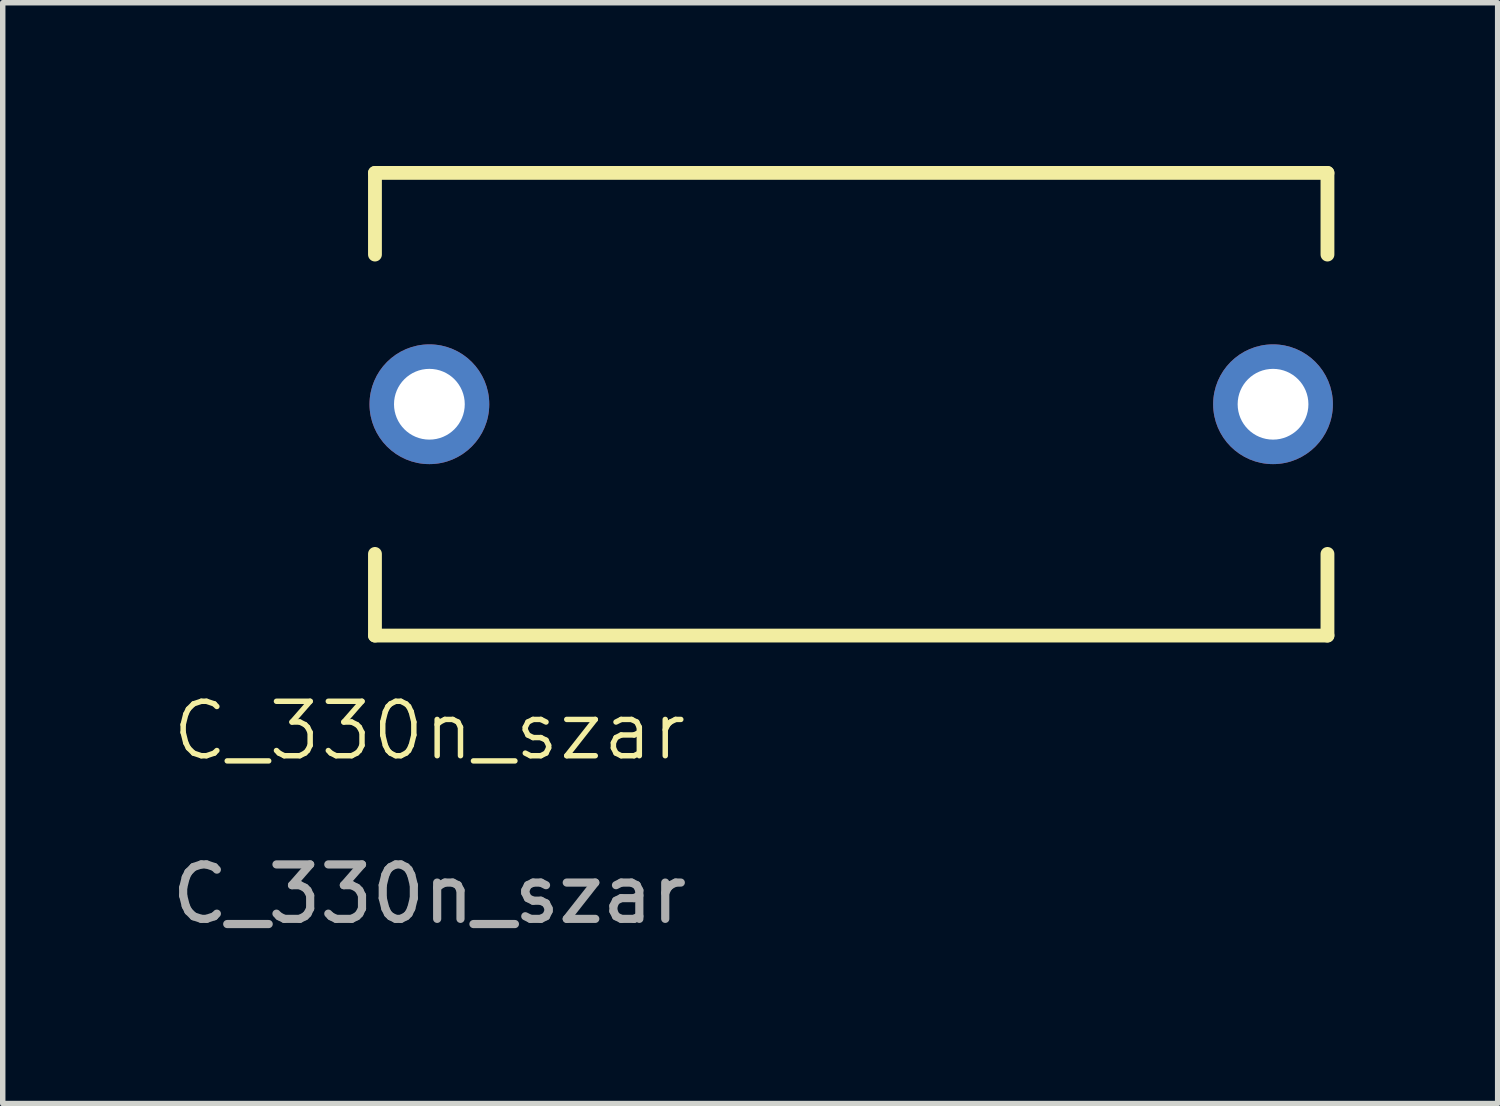
<source format=kicad_pcb>
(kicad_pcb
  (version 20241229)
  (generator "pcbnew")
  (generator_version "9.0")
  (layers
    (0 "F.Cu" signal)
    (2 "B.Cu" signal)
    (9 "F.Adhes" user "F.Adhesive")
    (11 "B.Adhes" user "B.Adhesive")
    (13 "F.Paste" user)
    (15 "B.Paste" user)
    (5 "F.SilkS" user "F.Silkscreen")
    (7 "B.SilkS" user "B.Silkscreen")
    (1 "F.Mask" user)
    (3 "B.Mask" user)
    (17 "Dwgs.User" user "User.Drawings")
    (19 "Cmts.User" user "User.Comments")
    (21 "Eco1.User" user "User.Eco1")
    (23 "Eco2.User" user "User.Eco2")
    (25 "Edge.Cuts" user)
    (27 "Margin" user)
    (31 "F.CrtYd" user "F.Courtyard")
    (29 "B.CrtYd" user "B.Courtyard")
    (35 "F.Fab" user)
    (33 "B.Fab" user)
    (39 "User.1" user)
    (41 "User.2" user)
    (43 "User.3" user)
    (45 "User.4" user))
  (footprint "C_330n_szar"
    (layer "F.Cu")
    (at 4.839 4.377)
    (property "Reference" "C_330n_szar" (at 0 6 0) (unlocked yes) (layer "F.SilkS") (effects (font (size 1 1) (thickness 0.1))))
    (attr through_hole)
    (fp_line (start -1 -4.25) (end -1 -2.75) (stroke (width 0.254) (type default)) (layer "F.SilkS"))
    (fp_line (start -1 -4.25) (end 16.5 -4.25) (stroke (width 0.254) (type default)) (layer "F.SilkS"))
    (fp_line (start -1 2.75) (end -1 4.25) (stroke (width 0.254) (type default)) (layer "F.SilkS"))
    (fp_line (start -1 4.25) (end 16.5 4.25) (stroke (width 0.254) (type default)) (layer "F.SilkS"))
    (fp_line (start 16.5 -4.25) (end 16.5 -2.75) (stroke (width 0.254) (type default)) (layer "F.SilkS"))
    (fp_line (start 16.5 2.75) (end 16.5 4.25) (stroke (width 0.254) (type default)) (layer "F.SilkS"))
    (fp_text user "${REFERENCE}" (at 0 9 0) (unlocked yes) (layer "F.Fab") (effects (font (size 1 1) (thickness 0.15))))
    (pad "1" thru_hole circle (at 0 0) (size 2.2 2.2) (drill 1.3) (layers "*.Cu" "*.Mask"))
    (pad "2" thru_hole circle (at 15.5 0) (size 2.2 2.2) (drill 1.3) (layers "*.Cu" "*.Mask")))
  (gr_rect
    (start -3 -3)
    (end 24.466 17.225)
    (stroke (width 0.1) (type default))
    (fill no)
    (layer "Edge.Cuts")))
</source>
